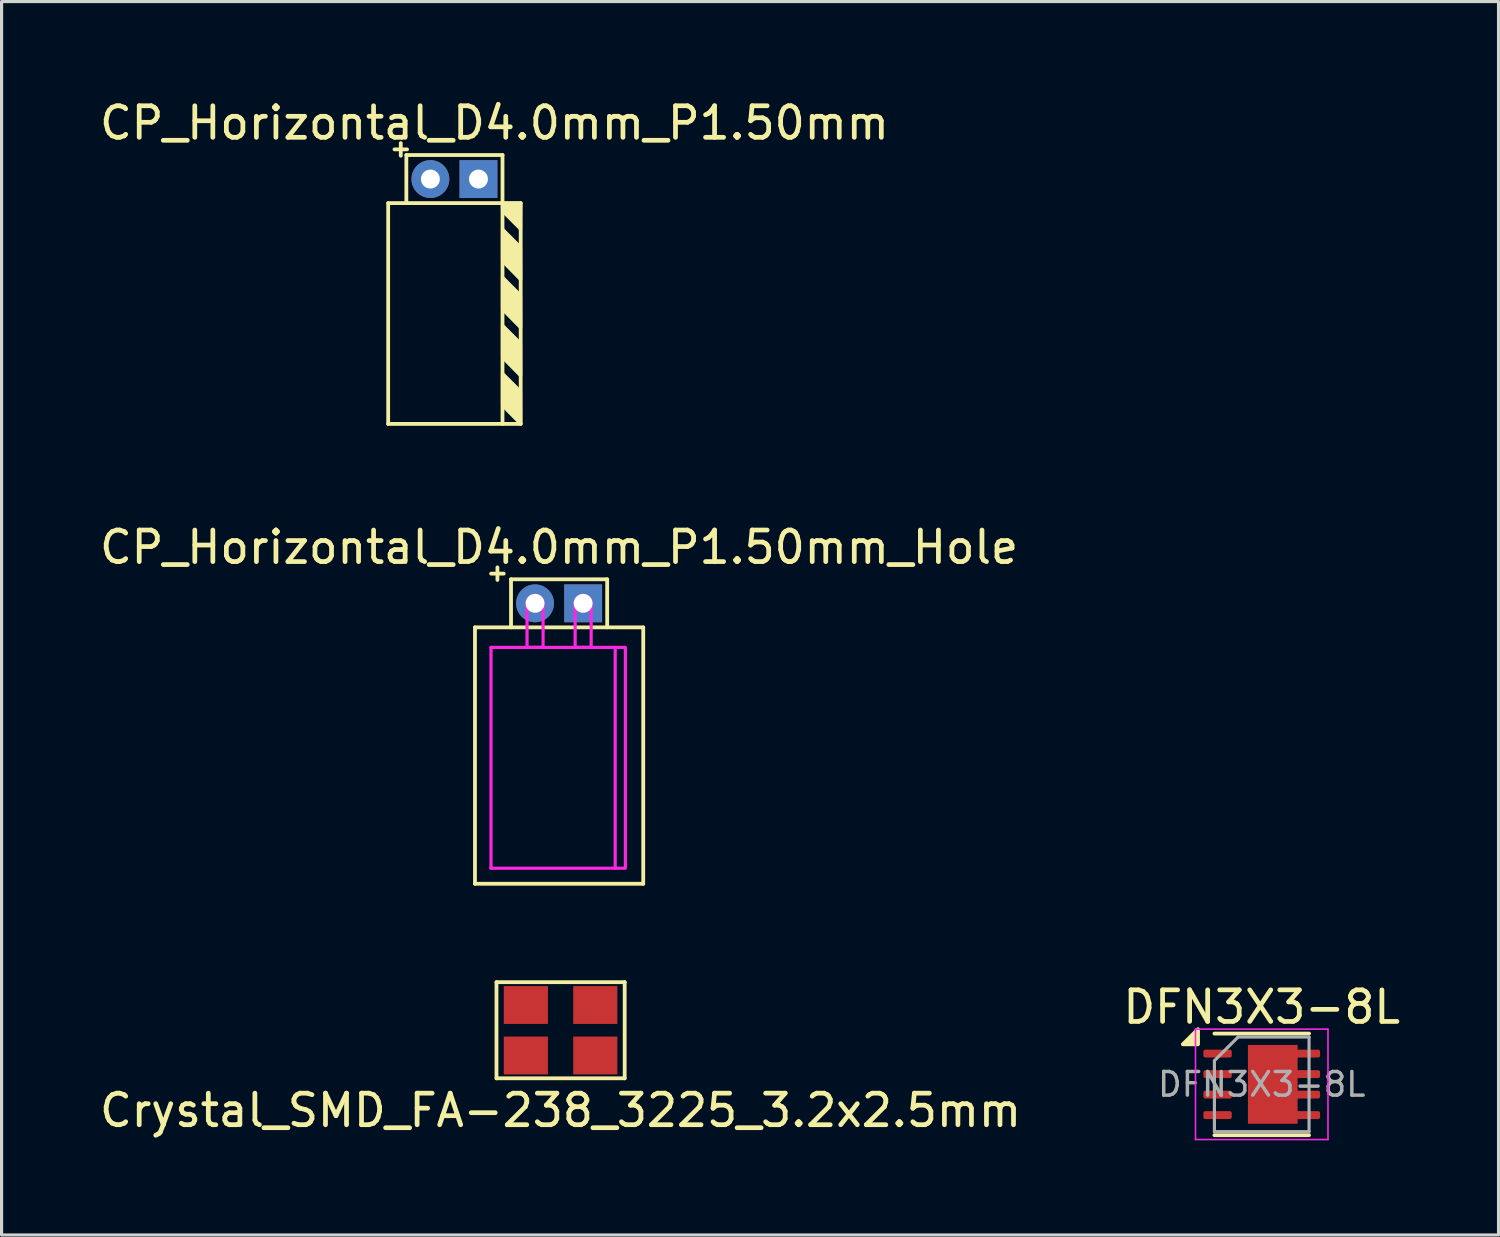
<source format=kicad_pcb>
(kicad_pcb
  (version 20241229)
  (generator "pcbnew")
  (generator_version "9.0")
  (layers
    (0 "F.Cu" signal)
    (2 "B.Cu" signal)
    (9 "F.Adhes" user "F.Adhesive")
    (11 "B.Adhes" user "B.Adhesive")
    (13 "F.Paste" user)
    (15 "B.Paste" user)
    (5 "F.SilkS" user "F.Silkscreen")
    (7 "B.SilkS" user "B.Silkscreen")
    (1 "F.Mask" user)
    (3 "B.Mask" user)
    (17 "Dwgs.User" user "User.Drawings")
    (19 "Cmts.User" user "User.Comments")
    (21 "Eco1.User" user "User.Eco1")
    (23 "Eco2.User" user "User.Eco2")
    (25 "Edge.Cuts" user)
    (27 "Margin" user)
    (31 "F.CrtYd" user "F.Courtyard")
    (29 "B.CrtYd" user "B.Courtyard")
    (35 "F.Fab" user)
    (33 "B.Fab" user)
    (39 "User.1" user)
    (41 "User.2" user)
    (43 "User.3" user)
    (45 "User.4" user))
  (footprint "DFN3X3-8L"
    (layer "F.Cu")
    (at 36.946 31.323)
    (property "Reference" "DFN3X3-8L" (at 0 -2.45 0) (layer "F.SilkS") (effects (font (size 1 1) (thickness 0.15))))
    (attr smd)
    (fp_line (start -1.5 -1.61) (end 1.5 -1.61) (stroke (width 0.12) (type solid)) (layer "F.SilkS"))
    (fp_line (start -1.5 1.61) (end 1.5 1.61) (stroke (width 0.12) (type solid)) (layer "F.SilkS"))
    (fp_poly (pts (xy -2.02 -1.27) (xy -2.5 -1.27) (xy -2.02 -1.75) (xy -2.02 -1.27)) (stroke (width 0.12) (type solid)) (fill yes) (layer "F.SilkS"))
    (fp_line (start -2.1 -1.75) (end -2.1 1.75) (stroke (width 0.05) (type solid)) (layer "F.CrtYd"))
    (fp_line (start -2.1 1.75) (end 2.1 1.75) (stroke (width 0.05) (type solid)) (layer "F.CrtYd"))
    (fp_line (start 2.1 -1.75) (end -2.1 -1.75) (stroke (width 0.05) (type solid)) (layer "F.CrtYd"))
    (fp_line (start 2.1 1.75) (end 2.1 -1.75) (stroke (width 0.05) (type solid)) (layer "F.CrtYd"))
    (fp_line (start -1.5 -0.75) (end -0.75 -1.5) (stroke (width 0.1) (type solid)) (layer "F.Fab"))
    (fp_line (start -1.5 1.5) (end -1.5 -0.75) (stroke (width 0.1) (type solid)) (layer "F.Fab"))
    (fp_line (start -0.75 -1.5) (end 1.5 -1.5) (stroke (width 0.1) (type solid)) (layer "F.Fab"))
    (fp_line (start 1.5 -1.5) (end 1.5 1.5) (stroke (width 0.1) (type solid)) (layer "F.Fab"))
    (fp_line (start 1.5 1.5) (end -1.5 1.5) (stroke (width 0.1) (type solid)) (layer "F.Fab"))
    (fp_text user "${REFERENCE}" (at 0 0 0) (layer "F.Fab") (effects (font (size 0.75 0.75) (thickness 0.11))))
    (pad "" smd roundrect (at -0.05 -0.56) (size 0.6 0.91) (layers "F.Paste") (roundrect_rratio 0.25))
    (pad "" smd roundrect (at -0.05 0.56) (size 0.6 0.91) (layers "F.Paste") (roundrect_rratio 0.25))
    (pad "" smd roundrect (at 0.7 -0.56) (size 0.6 0.91) (layers "F.Paste") (roundrect_rratio 0.25))
    (pad "" smd roundrect (at 0.7 0.56) (size 0.6 0.91) (layers "F.Paste") (roundrect_rratio 0.25))
    (pad "1" smd roundrect (at -1.4 -0.975) (size 0.9 0.25) (layers "F.Cu" "F.Mask" "F.Paste") (roundrect_rratio 0.25))
    (pad "2" smd roundrect (at -1.4 -0.325) (size 0.9 0.25) (layers "F.Cu" "F.Mask" "F.Paste") (roundrect_rratio 0.25))
    (pad "3" smd roundrect (at -1.4 0.325) (size 0.9 0.25) (layers "F.Cu" "F.Mask" "F.Paste") (roundrect_rratio 0.25))
    (pad "4" smd roundrect (at -1.4 0.975) (size 0.9 0.25) (layers "F.Cu" "F.Mask" "F.Paste") (roundrect_rratio 0.25))
    (pad "5" smd rect (at 0.35 0) (size 1.575 2.5) (property pad_prop_heatsink) (layers "F.Cu" "F.Mask"))
    (pad "5" smd roundrect (at 1.4 -0.975) (size 0.9 0.25) (layers "F.Cu" "F.Mask" "F.Paste") (roundrect_rratio 0.25))
    (pad "5" smd roundrect (at 1.4 -0.325) (size 0.9 0.25) (layers "F.Cu" "F.Mask" "F.Paste") (roundrect_rratio 0.25))
    (pad "5" smd roundrect (at 1.4 0.325) (size 0.9 0.25) (layers "F.Cu" "F.Mask" "F.Paste") (roundrect_rratio 0.25))
    (pad "5" smd roundrect (at 1.4 0.975) (size 0.9 0.25) (layers "F.Cu" "F.Mask" "F.Paste") (roundrect_rratio 0.25)))
  (footprint "CP_Horizontal_D4.0mm_P1.50mm"
    (layer "F.Cu")
    (at 11.355 2.626)
    (property "Reference" "CP_Horizontal_D4.0mm_P1.50mm" (at 1.27 -1.778 0) (layer "F.SilkS") (effects (font (size 1 1) (thickness 0.15))))
    (attr through_hole)
    (fp_line (start -2.1 0.762) (end -2.1 7.762) (stroke (width 0.12) (type solid)) (layer "F.SilkS"))
    (fp_line (start -1.901 -0.941) (end -1.501 -0.941) (stroke (width 0.12) (type solid)) (layer "F.SilkS"))
    (fp_line (start -1.701 -1.141) (end -1.701 -0.741) (stroke (width 0.12) (type solid)) (layer "F.SilkS"))
    (fp_line (start -1.524 -0.762) (end 1.524 -0.762) (stroke (width 0.12) (type solid)) (layer "F.SilkS"))
    (fp_line (start -1.524 0.762) (end -1.524 -0.762) (stroke (width 0.12) (type solid)) (layer "F.SilkS"))
    (fp_line (start 1.524 0.762) (end 1.524 -0.762) (stroke (width 0.12) (type solid)) (layer "F.SilkS"))
    (fp_line (start 1.524 7.762) (end 1.524 0.762) (stroke (width 0.12) (type solid)) (layer "F.SilkS"))
    (fp_line (start 2.1 0.762) (end -2.1 0.762) (stroke (width 0.12) (type solid)) (layer "F.SilkS"))
    (fp_line (start 2.1 0.762) (end 2.1 7.762) (stroke (width 0.12) (type solid)) (layer "F.SilkS"))
    (fp_line (start 2.1 7.762) (end -2.1 7.762) (stroke (width 0.12) (type solid)) (layer "F.SilkS"))
    (fp_poly (pts (xy 2.095 1.587) (xy 1.524 1.016) (xy 1.524 0.762) (xy 2.1 0.762)) (stroke (width 0.1) (type solid)) (fill yes) (layer "F.SilkS"))
    (fp_poly (pts (xy 2.095 2.159) (xy 2.1 3.19) (xy 1.524 2.603) (xy 1.524 1.587)) (stroke (width 0.1) (type solid)) (fill yes) (layer "F.SilkS"))
    (fp_poly (pts (xy 2.095 3.683) (xy 2.1 4.714) (xy 1.524 4.128) (xy 1.524 3.111)) (stroke (width 0.1) (type solid)) (fill yes) (layer "F.SilkS"))
    (fp_poly (pts (xy 2.095 5.207) (xy 2.1 6.238) (xy 1.524 5.652) (xy 1.524 4.636)) (stroke (width 0.1) (type solid)) (fill yes) (layer "F.SilkS"))
    (fp_poly (pts (xy 2.095 6.731) (xy 2.1 7.762) (xy 1.524 7.176) (xy 1.524 6.16)) (stroke (width 0.1) (type solid)) (fill yes) (layer "F.SilkS"))
    (pad "1" thru_hole circle (at -0.762 0) (size 1.2 1.2) (drill 0.6) (layers "*.Cu" "*.Mask"))
    (pad "2" thru_hole rect (at 0.762 0) (size 1.2 1.2) (drill 0.6) (layers "*.Cu" "*.Mask")))
  (footprint "CP_Horizontal_D4.0mm_P1.50mm_Hole"
    (layer "F.Cu")
    (at 14.673 16.075)
    (property "Reference" "CP_Horizontal_D4.0mm_P1.50mm_Hole" (at 0 -1.778 0) (layer "F.SilkS") (effects (font (size 1 1) (thickness 0.15))))
    (attr through_hole)
    (fp_line (start -2.667 8.89) (end -2.667 0.762) (stroke (width 0.12) (type solid)) (layer "F.SilkS"))
    (fp_line (start -2.155 -0.941) (end -1.755 -0.941) (stroke (width 0.12) (type solid)) (layer "F.SilkS"))
    (fp_line (start -1.955 -1.141) (end -1.955 -0.741) (stroke (width 0.12) (type solid)) (layer "F.SilkS"))
    (fp_line (start -1.524 -0.762) (end 1.524 -0.762) (stroke (width 0.12) (type solid)) (layer "F.SilkS"))
    (fp_line (start -1.524 0.762) (end -1.524 -0.762) (stroke (width 0.12) (type solid)) (layer "F.SilkS"))
    (fp_line (start 1.524 0.762) (end 1.524 -0.762) (stroke (width 0.12) (type solid)) (layer "F.SilkS"))
    (fp_line (start 2.667 0.762) (end -2.667 0.762) (stroke (width 0.12) (type solid)) (layer "F.SilkS"))
    (fp_line (start 2.667 0.762) (end 2.667 8.89) (stroke (width 0.12) (type solid)) (layer "F.SilkS"))
    (fp_line (start 2.667 8.89) (end -2.667 8.89) (stroke (width 0.12) (type solid)) (layer "F.SilkS"))
    (fp_line (start -2.54 0.889) (end -2.54 8.763) (stroke (width 0.12) (type solid)) (layer "Eco2.User"))
    (fp_line (start 2.54 0.889) (end -2.54 0.889) (stroke (width 0.12) (type solid)) (layer "Eco2.User"))
    (fp_line (start 2.54 0.889) (end 2.54 8.763) (stroke (width 0.12) (type solid)) (layer "Eco2.User"))
    (fp_line (start 2.54 8.763) (end -2.54 8.763) (stroke (width 0.12) (type solid)) (layer "Eco2.User"))
    (fp_line (start -2.159 1.397) (end 1.778 1.397) (stroke (width 0.1) (type solid)) (layer "F.CrtYd"))
    (fp_line (start -2.159 8.397) (end -2.159 1.397) (stroke (width 0.1) (type solid)) (layer "F.CrtYd"))
    (fp_line (start 1.778 8.397) (end -2.159 8.397) (stroke (width 0.1) (type solid)) (layer "F.CrtYd"))
    (fp_arc (start -1.016 0) (mid -0.762 -0.254) (end -0.508 0) (stroke (width 0.1) (type solid)) (layer "F.CrtYd"))
    (fp_arc (start 0.508 0) (mid 0.762 -0.254) (end 1.016 0) (stroke (width 0.1) (type solid)) (layer "F.CrtYd"))
    (fp_poly (pts (xy 2.1 8.397) (xy 1.778 8.397) (xy 1.778 1.397) (xy 2.1 1.397)) (stroke (width 0.1) (type solid)) (fill no) (layer "F.CrtYd"))
    (fp_poly (pts (xy -0.508 0) (xy -0.508 1.397) (xy -1.016 1.397) (xy -1.016 0) (xy -0.762 -0.254)) (stroke (width 0.1) (type solid)) (fill no) (layer "F.CrtYd"))
    (fp_poly (pts (xy 1.016 0) (xy 1.016 1.397) (xy 0.508 1.397) (xy 0.508 0) (xy 0.762 -0.254)) (stroke (width 0.1) (type solid)) (fill no) (layer "F.CrtYd"))
    (pad "1" thru_hole circle (at -0.762 0) (size 1.2 1.2) (drill 0.6) (layers "*.Cu" "*.Mask"))
    (pad "2" thru_hole rect (at 0.762 0) (size 1.2 1.2) (drill 0.6) (layers "*.Cu" "*.Mask")))
  (footprint "Crystal_SMD_FA-238_3225_3.2x2.5mm"
    (layer "F.Cu")
    (at 14.72 29.608)
    (property "Reference" "Crystal_SMD_FA-238_3225_3.2x2.5mm" (at 0 2.54 0) (layer "F.SilkS") (effects (font (size 1 1) (thickness 0.15))))
    (attr smd)
    (fp_line (start -2.032 -1.524) (end -2.032 1.524) (stroke (width 0.12) (type solid)) (layer "F.SilkS"))
    (fp_line (start -2.032 1.524) (end 2.032 1.524) (stroke (width 0.12) (type solid)) (layer "F.SilkS"))
    (fp_line (start 2.032 -1.524) (end -2.032 -1.524) (stroke (width 0.12) (type solid)) (layer "F.SilkS"))
    (fp_line (start 2.032 1.524) (end 2.032 -1.524) (stroke (width 0.12) (type solid)) (layer "F.SilkS"))
    (pad "1" smd rect (at 1.1 -0.8) (size 1.4 1.2) (layers "F.Cu" "F.Mask" "F.Paste"))
    (pad "2" smd rect (at -1.1 0.8) (size 1.4 1.2) (layers "F.Cu" "F.Mask" "F.Paste"))
    (pad "3" smd rect (at -1.1 -0.8) (size 1.4 1.2) (layers "F.Cu" "F.Mask" "F.Paste"))
    (pad "3" smd rect (at 1.1 0.8) (size 1.4 1.2) (layers "F.Cu" "F.Mask" "F.Paste")))
  (gr_rect
    (start -3 -3)
    (end 44.452 36.098)
    (stroke (width 0.1) (type default))
    (fill no)
    (layer "Edge.Cuts")))
</source>
